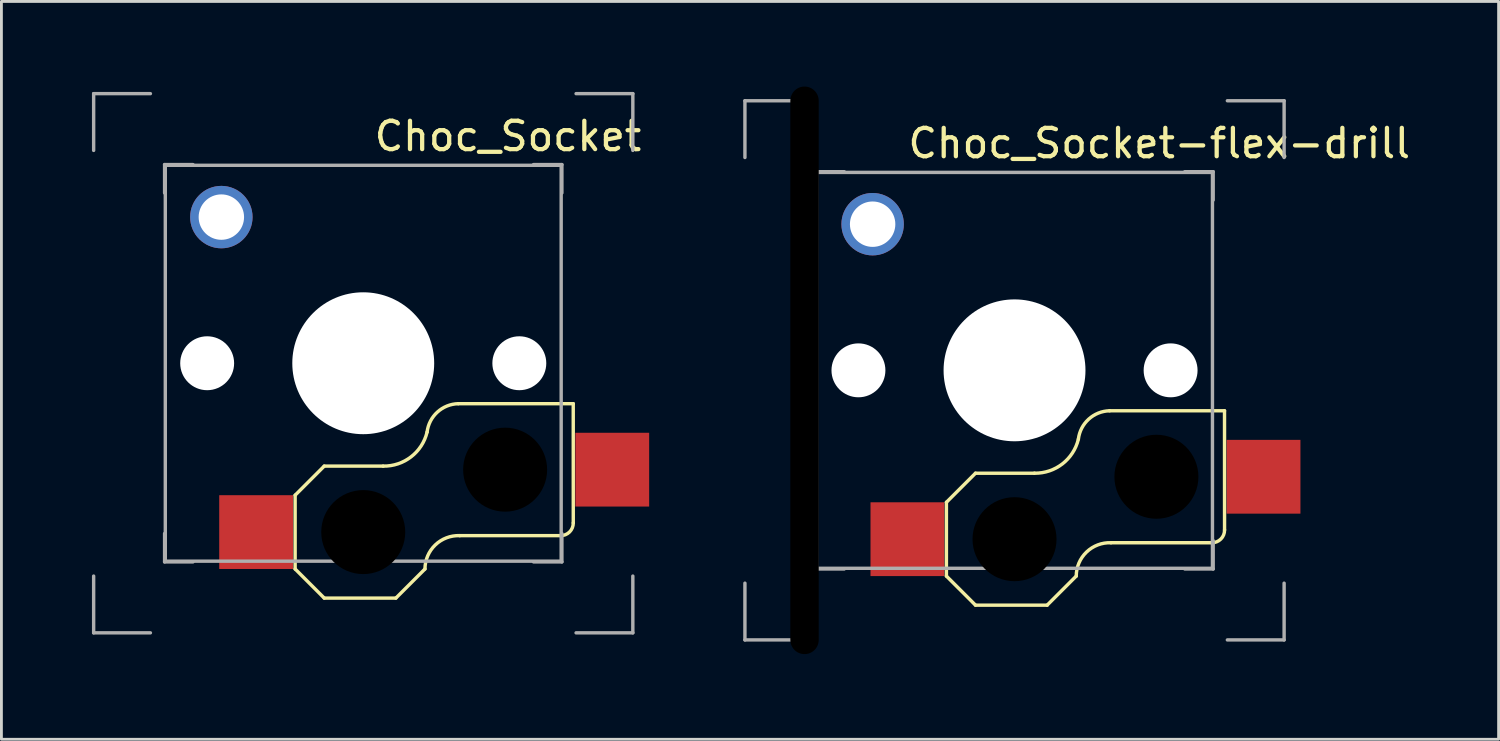
<source format=kicad_pcb>
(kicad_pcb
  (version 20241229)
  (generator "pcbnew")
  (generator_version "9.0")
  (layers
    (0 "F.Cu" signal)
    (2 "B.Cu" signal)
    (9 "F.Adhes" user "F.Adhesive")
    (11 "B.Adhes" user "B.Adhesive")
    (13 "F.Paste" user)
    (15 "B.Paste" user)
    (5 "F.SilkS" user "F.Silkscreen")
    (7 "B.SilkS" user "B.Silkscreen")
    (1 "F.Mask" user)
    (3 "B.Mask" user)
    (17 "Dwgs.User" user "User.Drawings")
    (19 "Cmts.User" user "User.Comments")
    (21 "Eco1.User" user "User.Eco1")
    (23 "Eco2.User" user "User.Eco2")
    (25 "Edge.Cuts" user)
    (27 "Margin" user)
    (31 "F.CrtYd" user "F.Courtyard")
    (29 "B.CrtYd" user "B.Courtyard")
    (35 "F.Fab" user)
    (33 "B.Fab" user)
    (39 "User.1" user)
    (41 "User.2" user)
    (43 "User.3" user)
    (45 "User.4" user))
  (footprint "Choc_Socket"
    (layer "F.Cu")
    (at 0.25 0.25)
    (property "Reference" "Choc_Socket" (at 14.6 1.5 0) (layer "F.SilkS") (effects (font (size 1 1) (thickness 0.15))))
    (attr through_hole)
    (fp_line (start 7.1 14.15) (end 7.1 16.75) (stroke (width 0.12) (type solid)) (layer "F.SilkS"))
    (fp_line (start 7.1 16.75) (end 8.125 17.775) (stroke (width 0.12) (type solid)) (layer "F.SilkS"))
    (fp_line (start 8.125 13.125) (end 7.1 14.15) (stroke (width 0.12) (type solid)) (layer "F.SilkS"))
    (fp_line (start 8.125 13.125) (end 10.2 13.125) (stroke (width 0.12) (type solid)) (layer "F.SilkS"))
    (fp_line (start 8.125 17.775) (end 10.65 17.775) (stroke (width 0.12) (type solid)) (layer "F.SilkS"))
    (fp_line (start 11.675 16.75) (end 10.65 17.775) (stroke (width 0.12) (type solid)) (layer "F.SilkS"))
    (fp_line (start 12.9 15.575) (end 16.45 15.575) (stroke (width 0.12) (type solid)) (layer "F.SilkS"))
    (fp_line (start 16.9 10.925) (end 12.85 10.925) (stroke (width 0.12) (type solid)) (layer "F.SilkS"))
    (fp_line (start 16.9 10.925) (end 16.901 15.125) (stroke (width 0.12) (type solid)) (layer "F.SilkS"))
    (fp_arc (start 11.675 16.75) (mid 12.038243 15.902636) (end 12.9 15.575) (stroke (width 0.12) (type solid)) (layer "F.SilkS"))
    (fp_arc (start 11.75 11.925) (mid 11.185967 12.797499) (end 10.2 13.125) (stroke (width 0.12) (type solid)) (layer "F.SilkS"))
    (fp_arc (start 11.75 11.925) (mid 12.11384 11.220224) (end 12.85 10.925) (stroke (width 0.12) (type solid)) (layer "F.SilkS"))
    (fp_arc (start 16.901028 15.125) (mid 16.770841 15.445544) (end 16.45 15.575) (stroke (width 0.12) (type solid)) (layer "F.SilkS"))
    (fp_line (start 0 0) (end 0 2) (stroke (width 0.12) (type solid)) (layer "F.Fab"))
    (fp_line (start 0 0) (end 2 0) (stroke (width 0.12) (type solid)) (layer "F.Fab"))
    (fp_line (start 0 19) (end 0 17) (stroke (width 0.12) (type solid)) (layer "F.Fab"))
    (fp_line (start 2 19) (end 0 19) (stroke (width 0.12) (type solid)) (layer "F.Fab"))
    (fp_line (start 2.5 2.5) (end 3.5 2.5) (stroke (width 0.12) (type solid)) (layer "F.Fab"))
    (fp_line (start 2.5 3.5) (end 2.5 2.5) (stroke (width 0.12) (type solid)) (layer "F.Fab"))
    (fp_line (start 2.5 15.5) (end 2.5 16.5) (stroke (width 0.12) (type solid)) (layer "F.Fab"))
    (fp_line (start 2.5 16.5) (end 3.5 16.5) (stroke (width 0.12) (type solid)) (layer "F.Fab"))
    (fp_line (start 2.525 2.525) (end 2.525 16.475) (stroke (width 0.12) (type solid)) (layer "F.Fab"))
    (fp_line (start 2.525 16.475) (end 16.475 16.475) (stroke (width 0.12) (type solid)) (layer "F.Fab"))
    (fp_line (start 15.5 2.5) (end 16.5 2.5) (stroke (width 0.12) (type solid)) (layer "F.Fab"))
    (fp_line (start 16.475 2.525) (end 2.525 2.525) (stroke (width 0.12) (type solid)) (layer "F.Fab"))
    (fp_line (start 16.475 16.475) (end 16.475 2.525) (stroke (width 0.12) (type solid)) (layer "F.Fab"))
    (fp_line (start 16.5 2.5) (end 16.5 3.5) (stroke (width 0.12) (type solid)) (layer "F.Fab"))
    (fp_line (start 16.5 16.5) (end 15.5 16.5) (stroke (width 0.12) (type solid)) (layer "F.Fab"))
    (fp_line (start 16.5 16.5) (end 16.5 15.5) (stroke (width 0.12) (type solid)) (layer "F.Fab"))
    (fp_line (start 17 0) (end 19 0) (stroke (width 0.12) (type solid)) (layer "F.Fab"))
    (fp_line (start 19 0) (end 19 2) (stroke (width 0.12) (type solid)) (layer "F.Fab"))
    (fp_line (start 19 17) (end 19 19) (stroke (width 0.12) (type solid)) (layer "F.Fab"))
    (fp_line (start 19 19) (end 17 19) (stroke (width 0.12) (type solid)) (layer "F.Fab"))
    (fp_line (start 4 10.55) (end 7.05 10.55) (stroke (width 0.1) (type default)) (layer "User.2"))
    (fp_line (start 4.35 14.05) (end 4.35 16.85) (stroke (width 0.1) (type default)) (layer "User.2"))
    (fp_line (start 7 14.05) (end 4.35 14.05) (stroke (width 0.1) (type default)) (layer "User.2"))
    (fp_line (start 7 14.05) (end 8.05 13) (stroke (width 0.1) (type default)) (layer "User.2"))
    (fp_line (start 7 16.85) (end 4.35 16.85) (stroke (width 0.1) (type default)) (layer "User.2"))
    (fp_line (start 7.1 8.451) (end 4 8.45) (stroke (width 0.1) (type default)) (layer "User.2"))
    (fp_line (start 8.05 13) (end 8.25 13) (stroke (width 0.1) (type default)) (layer "User.2"))
    (fp_line (start 8.05 17.9) (end 7 16.85) (stroke (width 0.1) (type default)) (layer "User.2"))
    (fp_line (start 8.05 17.9) (end 10.7 17.9) (stroke (width 0.1) (type default)) (layer "User.2"))
    (fp_line (start 8.25 13) (end 8.25 11.853) (stroke (width 0.1) (type default)) (layer "User.2"))
    (fp_line (start 10.7 17.9) (end 11.8 16.8) (stroke (width 0.1) (type default)) (layer "User.2"))
    (fp_line (start 12.9 15.7) (end 17.05 15.7) (stroke (width 0.1) (type default)) (layer "User.2"))
    (fp_line (start 15 8.45) (end 11.9 8.45) (stroke (width 0.1) (type default)) (layer "User.2"))
    (fp_line (start 16.05 10.8) (end 16.05 9.5) (stroke (width 0.1) (type default)) (layer "User.2"))
    (fp_line (start 17.05 10.8) (end 16.05 10.8) (stroke (width 0.1) (type default)) (layer "User.2"))
    (fp_line (start 17.05 11.85) (end 17.05 10.8) (stroke (width 0.1) (type default)) (layer "User.2"))
    (fp_line (start 17.05 11.85) (end 19.65 11.85) (stroke (width 0.1) (type default)) (layer "User.2"))
    (fp_line (start 17.05 14.65) (end 17.05 15.7) (stroke (width 0.1) (type default)) (layer "User.2"))
    (fp_line (start 17.05 14.65) (end 19.65 14.65) (stroke (width 0.1) (type default)) (layer "User.2"))
    (fp_line (start 19.65 14.65) (end 19.65 11.85) (stroke (width 0.1) (type default)) (layer "User.2"))
    (fp_arc (start 4 10.55) (mid 2.95 9.5) (end 4 8.45) (stroke (width 0.1) (type default)) (layer "User.2"))
    (fp_arc (start 7.100001 8.450001) (mid 9.5 6.880364) (end 11.899999 8.450001) (stroke (width 0.1) (type default)) (layer "User.2"))
    (fp_arc (start 8.25 11.853313) (mid 7.538888 11.304057) (end 7.050762 10.549674) (stroke (width 0.1) (type default)) (layer "User.2"))
    (fp_arc (start 11.8 16.8) (mid 12.122183 16.022183) (end 12.9 15.7) (stroke (width 0.1) (type default)) (layer "User.2"))
    (fp_arc (start 15 8.45) (mid 15.742462 8.757538) (end 16.05 9.5) (stroke (width 0.1) (type default)) (layer "User.2"))
    (fp_circle (center 4.5 4.35) (end 5.35 4.35) (stroke (width 0.1) (type default)) (fill no) (layer "User.2"))
    (fp_circle (center 4 9.5) (end 5 9.5) (stroke (width 0.1) (type default)) (fill no) (layer "User.3"))
    (fp_circle (center 4.5 4.35) (end 5.35 4.35) (stroke (width 0.1) (type default)) (fill no) (layer "User.3"))
    (fp_circle (center 9.5 9.5) (end 12.05 9.45) (stroke (width 0.1) (type default)) (fill no) (layer "User.3"))
    (fp_circle (center 9.5 15.45) (end 11.05 15.45) (stroke (width 0.1) (type default)) (fill no) (layer "User.3"))
    (fp_circle (center 14.5 13.25) (end 16.05 13.25) (stroke (width 0.1) (type default)) (fill no) (layer "User.3"))
    (fp_circle (center 15 9.5) (end 14 9.5) (stroke (width 0.1) (type default)) (fill no) (layer "User.3"))
    (pad "" np_thru_hole circle (at 4 9.5 90) (size 1.9 1.9) (drill 1.9) (layers "*.Cu" "*.Mask"))
    (pad "" thru_hole circle (at 4.5 4.35 90) (size 2.2 2.2) (drill 1.6) (layers "*.Cu" "*.Mask"))
    (pad "" np_thru_hole circle (at 9.5 9.5 90) (size 5 5) (drill 5) (layers "*.Cu" "*.Mask"))
    (pad "" np_thru_hole circle (at 9.5 15.45) (size 2.96 2.96) (drill 2.96) (layers "*.Mask"))
    (pad "" np_thru_hole circle (at 14.5 13.25) (size 2.96 2.96) (drill 2.96) (layers "*.Mask"))
    (pad "" np_thru_hole circle (at 15 9.5 90) (size 1.9 1.9) (drill 1.9) (layers "*.Cu" "*.Mask"))
    (pad "1" smd rect (at 18.275 13.25) (size 2.6 2.6) (layers "F.Cu" "F.Mask" "F.Paste"))
    (pad "2" smd rect (at 5.725 15.45) (size 2.6 2.6) (layers "F.Cu" "F.Mask" "F.Paste")))
  (footprint "Choc_Socket-flex-drill"
    (layer "F.Cu")
    (at 23.2 0.5)
    (property "Reference" "Choc_Socket-flex-drill" (at 14.6 1.5 0) (layer "F.SilkS") (effects (font (size 1 1) (thickness 0.15))))
    (attr through_hole)
    (fp_line (start 7.1 14.15) (end 7.1 16.75) (stroke (width 0.12) (type solid)) (layer "F.SilkS"))
    (fp_line (start 7.1 16.75) (end 8.125 17.775) (stroke (width 0.12) (type solid)) (layer "F.SilkS"))
    (fp_line (start 8.125 13.125) (end 7.1 14.15) (stroke (width 0.12) (type solid)) (layer "F.SilkS"))
    (fp_line (start 8.125 13.125) (end 10.2 13.125) (stroke (width 0.12) (type solid)) (layer "F.SilkS"))
    (fp_line (start 8.125 17.775) (end 10.65 17.775) (stroke (width 0.12) (type solid)) (layer "F.SilkS"))
    (fp_line (start 11.675 16.75) (end 10.65 17.775) (stroke (width 0.12) (type solid)) (layer "F.SilkS"))
    (fp_line (start 12.9 15.575) (end 16.45 15.575) (stroke (width 0.12) (type solid)) (layer "F.SilkS"))
    (fp_line (start 16.9 10.925) (end 12.85 10.925) (stroke (width 0.12) (type solid)) (layer "F.SilkS"))
    (fp_line (start 16.9 10.925) (end 16.901 15.125) (stroke (width 0.12) (type solid)) (layer "F.SilkS"))
    (fp_arc (start 11.675 16.75) (mid 12.038243 15.902636) (end 12.9 15.575) (stroke (width 0.12) (type solid)) (layer "F.SilkS"))
    (fp_arc (start 11.75 11.925) (mid 11.185967 12.797499) (end 10.2 13.125) (stroke (width 0.12) (type solid)) (layer "F.SilkS"))
    (fp_arc (start 11.75 11.925) (mid 12.11384 11.220224) (end 12.85 10.925) (stroke (width 0.12) (type solid)) (layer "F.SilkS"))
    (fp_arc (start 16.901028 15.125) (mid 16.770841 15.445544) (end 16.45 15.575) (stroke (width 0.12) (type solid)) (layer "F.SilkS"))
    (fp_line (start 0 0) (end 0 2) (stroke (width 0.12) (type solid)) (layer "F.Fab"))
    (fp_line (start 0 0) (end 2 0) (stroke (width 0.12) (type solid)) (layer "F.Fab"))
    (fp_line (start 0 19) (end 0 17) (stroke (width 0.12) (type solid)) (layer "F.Fab"))
    (fp_line (start 2 19) (end 0 19) (stroke (width 0.12) (type solid)) (layer "F.Fab"))
    (fp_line (start 2.5 2.5) (end 3.5 2.5) (stroke (width 0.12) (type solid)) (layer "F.Fab"))
    (fp_line (start 2.5 3.5) (end 2.5 2.5) (stroke (width 0.12) (type solid)) (layer "F.Fab"))
    (fp_line (start 2.5 15.5) (end 2.5 16.5) (stroke (width 0.12) (type solid)) (layer "F.Fab"))
    (fp_line (start 2.5 16.5) (end 3.5 16.5) (stroke (width 0.12) (type solid)) (layer "F.Fab"))
    (fp_line (start 2.525 2.525) (end 2.525 16.475) (stroke (width 0.12) (type solid)) (layer "F.Fab"))
    (fp_line (start 2.525 16.475) (end 16.475 16.475) (stroke (width 0.12) (type solid)) (layer "F.Fab"))
    (fp_line (start 15.5 2.5) (end 16.5 2.5) (stroke (width 0.12) (type solid)) (layer "F.Fab"))
    (fp_line (start 16.475 2.525) (end 2.525 2.525) (stroke (width 0.12) (type solid)) (layer "F.Fab"))
    (fp_line (start 16.475 16.475) (end 16.475 2.525) (stroke (width 0.12) (type solid)) (layer "F.Fab"))
    (fp_line (start 16.5 2.5) (end 16.5 3.5) (stroke (width 0.12) (type solid)) (layer "F.Fab"))
    (fp_line (start 16.5 16.5) (end 15.5 16.5) (stroke (width 0.12) (type solid)) (layer "F.Fab"))
    (fp_line (start 16.5 16.5) (end 16.5 15.5) (stroke (width 0.12) (type solid)) (layer "F.Fab"))
    (fp_line (start 17 0) (end 19 0) (stroke (width 0.12) (type solid)) (layer "F.Fab"))
    (fp_line (start 19 0) (end 19 2) (stroke (width 0.12) (type solid)) (layer "F.Fab"))
    (fp_line (start 19 17) (end 19 19) (stroke (width 0.12) (type solid)) (layer "F.Fab"))
    (fp_line (start 19 19) (end 17 19) (stroke (width 0.12) (type solid)) (layer "F.Fab"))
    (fp_line (start 4 10.55) (end 7.05 10.55) (stroke (width 0.1) (type default)) (layer "User.2"))
    (fp_line (start 4.35 14.05) (end 4.35 16.85) (stroke (width 0.1) (type default)) (layer "User.2"))
    (fp_line (start 7 14.05) (end 4.35 14.05) (stroke (width 0.1) (type default)) (layer "User.2"))
    (fp_line (start 7 14.05) (end 8.05 13) (stroke (width 0.1) (type default)) (layer "User.2"))
    (fp_line (start 7 16.85) (end 4.35 16.85) (stroke (width 0.1) (type default)) (layer "User.2"))
    (fp_line (start 7.1 8.451) (end 4 8.45) (stroke (width 0.1) (type default)) (layer "User.2"))
    (fp_line (start 8.05 13) (end 8.25 13) (stroke (width 0.1) (type default)) (layer "User.2"))
    (fp_line (start 8.05 17.9) (end 7 16.85) (stroke (width 0.1) (type default)) (layer "User.2"))
    (fp_line (start 8.05 17.9) (end 10.7 17.9) (stroke (width 0.1) (type default)) (layer "User.2"))
    (fp_line (start 8.25 13) (end 8.25 11.853) (stroke (width 0.1) (type default)) (layer "User.2"))
    (fp_line (start 10.7 17.9) (end 11.8 16.8) (stroke (width 0.1) (type default)) (layer "User.2"))
    (fp_line (start 12.9 15.7) (end 17.05 15.7) (stroke (width 0.1) (type default)) (layer "User.2"))
    (fp_line (start 15 8.45) (end 11.9 8.45) (stroke (width 0.1) (type default)) (layer "User.2"))
    (fp_line (start 16.05 10.8) (end 16.05 9.5) (stroke (width 0.1) (type default)) (layer "User.2"))
    (fp_line (start 17.05 10.8) (end 16.05 10.8) (stroke (width 0.1) (type default)) (layer "User.2"))
    (fp_line (start 17.05 11.85) (end 17.05 10.8) (stroke (width 0.1) (type default)) (layer "User.2"))
    (fp_line (start 17.05 11.85) (end 19.65 11.85) (stroke (width 0.1) (type default)) (layer "User.2"))
    (fp_line (start 17.05 14.65) (end 17.05 15.7) (stroke (width 0.1) (type default)) (layer "User.2"))
    (fp_line (start 17.05 14.65) (end 19.65 14.65) (stroke (width 0.1) (type default)) (layer "User.2"))
    (fp_line (start 19.65 14.65) (end 19.65 11.85) (stroke (width 0.1) (type default)) (layer "User.2"))
    (fp_arc (start 4 10.55) (mid 2.95 9.5) (end 4 8.45) (stroke (width 0.1) (type default)) (layer "User.2"))
    (fp_arc (start 7.100001 8.450001) (mid 9.5 6.880364) (end 11.899999 8.450001) (stroke (width 0.1) (type default)) (layer "User.2"))
    (fp_arc (start 8.25 11.853313) (mid 7.538888 11.304057) (end 7.050762 10.549674) (stroke (width 0.1) (type default)) (layer "User.2"))
    (fp_arc (start 11.8 16.8) (mid 12.122183 16.022183) (end 12.9 15.7) (stroke (width 0.1) (type default)) (layer "User.2"))
    (fp_arc (start 15 8.45) (mid 15.742462 8.757538) (end 16.05 9.5) (stroke (width 0.1) (type default)) (layer "User.2"))
    (fp_circle (center 4.5 4.35) (end 5.35 4.35) (stroke (width 0.1) (type default)) (fill no) (layer "User.2"))
    (fp_circle (center 4 9.5) (end 5 9.5) (stroke (width 0.1) (type default)) (fill no) (layer "User.3"))
    (fp_circle (center 4.5 4.35) (end 5.35 4.35) (stroke (width 0.1) (type default)) (fill no) (layer "User.3"))
    (fp_circle (center 9.5 9.5) (end 12.05 9.45) (stroke (width 0.1) (type default)) (fill no) (layer "User.3"))
    (fp_circle (center 9.5 15.45) (end 11.05 15.45) (stroke (width 0.1) (type default)) (fill no) (layer "User.3"))
    (fp_circle (center 14.5 13.25) (end 16.05 13.25) (stroke (width 0.1) (type default)) (fill no) (layer "User.3"))
    (fp_circle (center 15 9.5) (end 14 9.5) (stroke (width 0.1) (type default)) (fill no) (layer "User.3"))
    (pad "" np_thru_hole oval (at 2.1 9.5) (size 1 20) (drill oval 1 20) (layers "*.Mask"))
    (pad "" np_thru_hole circle (at 4 9.5 90) (size 1.9 1.9) (drill 1.9) (layers "*.Cu" "*.Mask"))
    (pad "" thru_hole circle (at 4.5 4.35 90) (size 2.2 2.2) (drill 1.6) (layers "*.Cu" "*.Mask"))
    (pad "" np_thru_hole circle (at 9.5 9.5 90) (size 5 5) (drill 5) (layers "*.Cu" "*.Mask"))
    (pad "" np_thru_hole circle (at 9.5 15.45) (size 2.96 2.96) (drill 2.96) (layers "*.Mask"))
    (pad "" np_thru_hole circle (at 14.5 13.25) (size 2.96 2.96) (drill 2.96) (layers "*.Mask"))
    (pad "" np_thru_hole circle (at 15 9.5 90) (size 1.9 1.9) (drill 1.9) (layers "*.Cu" "*.Mask"))
    (pad "1" smd rect (at 18.275 13.25) (size 2.6 2.6) (layers "F.Cu" "F.Mask" "F.Paste"))
    (pad "2" smd rect (at 5.725 15.45) (size 2.6 2.6) (layers "F.Cu" "F.Mask" "F.Paste")))
  (gr_rect
    (start -3 -3)
    (end 49.758 23)
    (stroke (width 0.1) (type default))
    (fill no)
    (layer "Edge.Cuts")))
</source>
